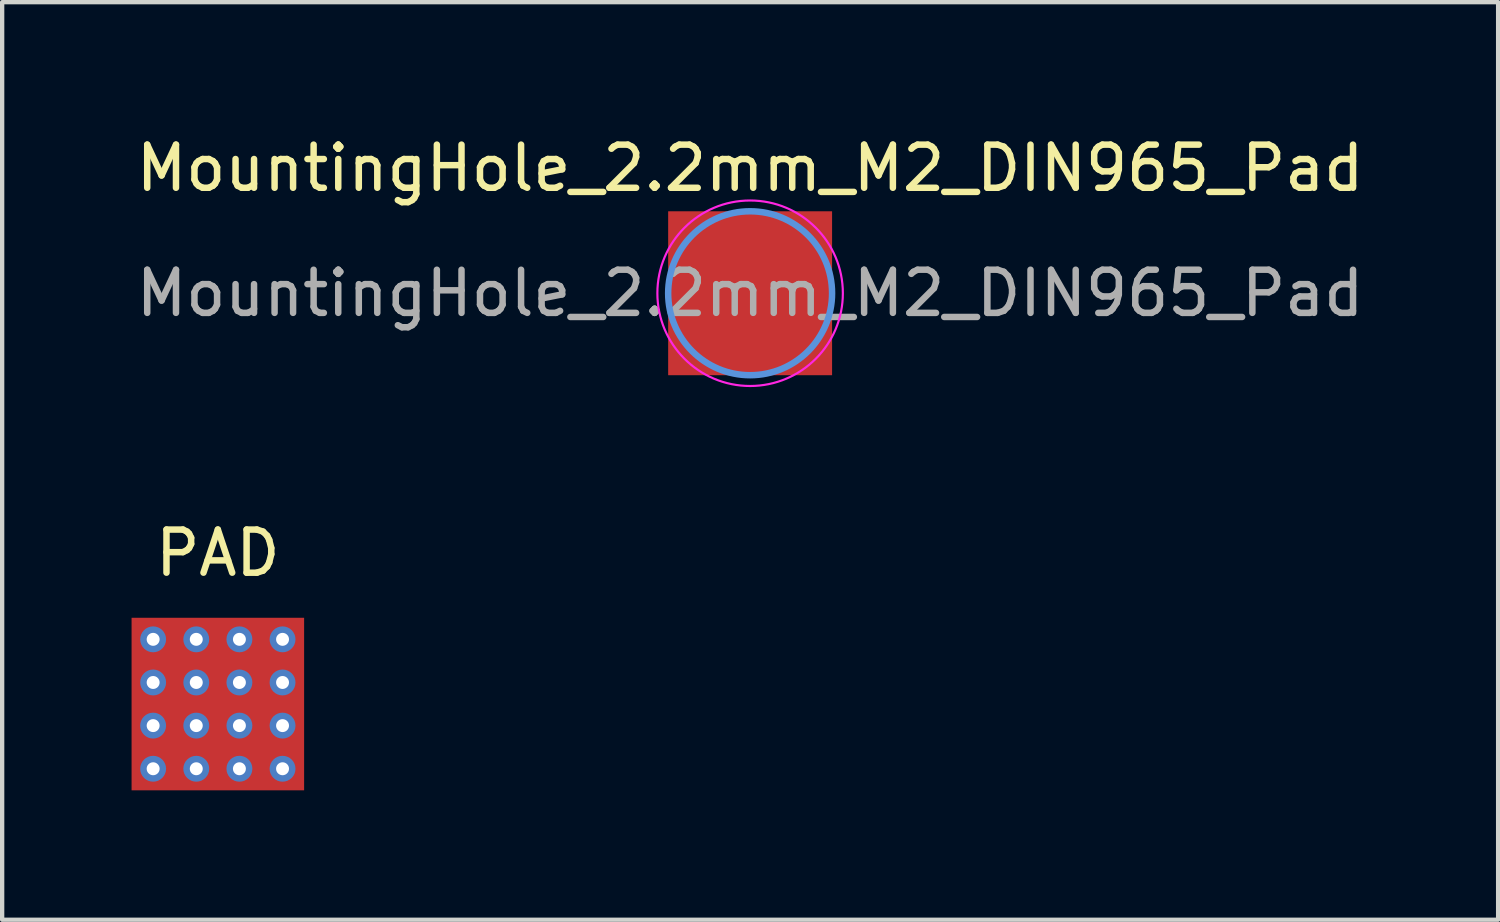
<source format=kicad_pcb>
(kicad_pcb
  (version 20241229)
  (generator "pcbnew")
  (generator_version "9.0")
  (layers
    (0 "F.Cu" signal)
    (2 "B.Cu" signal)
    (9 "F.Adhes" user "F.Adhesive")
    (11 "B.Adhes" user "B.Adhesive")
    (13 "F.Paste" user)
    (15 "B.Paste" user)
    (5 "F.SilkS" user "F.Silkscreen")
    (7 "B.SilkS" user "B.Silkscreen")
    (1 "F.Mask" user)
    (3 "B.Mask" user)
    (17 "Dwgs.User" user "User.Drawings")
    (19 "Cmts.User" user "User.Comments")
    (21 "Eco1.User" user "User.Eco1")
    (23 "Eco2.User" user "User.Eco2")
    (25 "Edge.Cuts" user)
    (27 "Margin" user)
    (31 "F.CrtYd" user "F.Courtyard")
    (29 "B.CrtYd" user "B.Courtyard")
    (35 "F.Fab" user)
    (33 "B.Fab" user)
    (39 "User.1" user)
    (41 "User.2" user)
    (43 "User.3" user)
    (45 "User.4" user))
  (footprint "MountingHole_2.2mm_M2_DIN965_Pad"
    (layer "F.Cu")
    (at 14.339 3.748)
    (property "Reference" "MountingHole_2.2mm_M2_DIN965_Pad" (at 0 -2.9 0) (layer "F.SilkS") (effects (font (size 1 1) (thickness 0.15))))
    (attr exclude_from_pos_files exclude_from_bom)
    (fp_circle (center 0 0) (end 1.9 0) (stroke (width 0.15) (type solid)) (fill no) (layer "Cmts.User"))
    (fp_circle (center 0 0) (end 2.15 0) (stroke (width 0.05) (type solid)) (fill no) (layer "F.CrtYd"))
    (fp_text user "${REFERENCE}" (at 0 0 0) (layer "F.Fab") (effects (font (size 1 1) (thickness 0.15))))
    (pad "1" smd rect (at 0 0) (size 3.8 3.8) (layers "F.Cu" "F.Mask" "F.Paste")))
  (footprint "PAD"
    (layer "F.Cu")
    (at 2 10.271)
    (property "Reference" "PAD" (at 0 -0.5 0) (unlocked yes) (layer "F.SilkS") (effects (font (size 1 1) (thickness 0.15))))
    (attr smd)
    (pad "1" thru_hole circle (at -1.5 1.5) (size 0.6 0.6) (drill 0.3) (layers "*.Cu" "*.Mask"))
    (pad "1" thru_hole circle (at -1.5 2.5) (size 0.6 0.6) (drill 0.3) (layers "*.Cu" "*.Mask"))
    (pad "1" thru_hole circle (at -1.5 3.5) (size 0.6 0.6) (drill 0.3) (layers "*.Cu" "*.Mask"))
    (pad "1" thru_hole circle (at -1.5 4.5) (size 0.6 0.6) (drill 0.3) (layers "*.Cu" "*.Mask"))
    (pad "1" thru_hole circle (at -0.5 1.5) (size 0.6 0.6) (drill 0.3) (layers "*.Cu" "*.Mask"))
    (pad "1" thru_hole circle (at -0.5 2.5) (size 0.6 0.6) (drill 0.3) (layers "*.Cu" "*.Mask"))
    (pad "1" thru_hole circle (at -0.5 3.5) (size 0.6 0.6) (drill 0.3) (layers "*.Cu" "*.Mask"))
    (pad "1" thru_hole circle (at -0.5 4.5) (size 0.6 0.6) (drill 0.3) (layers "*.Cu" "*.Mask"))
    (pad "1" smd rect (at 0 3) (size 4 4) (layers "F.Cu" "F.Mask"))
    (pad "1" thru_hole circle (at 0.5 1.5) (size 0.6 0.6) (drill 0.3) (layers "*.Cu" "*.Mask"))
    (pad "1" thru_hole circle (at 0.5 2.5) (size 0.6 0.6) (drill 0.3) (layers "*.Cu" "*.Mask"))
    (pad "1" thru_hole circle (at 0.5 3.5) (size 0.6 0.6) (drill 0.3) (layers "*.Cu" "*.Mask"))
    (pad "1" thru_hole circle (at 0.5 4.5) (size 0.6 0.6) (drill 0.3) (layers "*.Cu" "*.Mask"))
    (pad "1" thru_hole circle (at 1.5 1.5) (size 0.6 0.6) (drill 0.3) (layers "*.Cu" "*.Mask"))
    (pad "1" thru_hole circle (at 1.5 2.5) (size 0.6 0.6) (drill 0.3) (layers "*.Cu" "*.Mask"))
    (pad "1" thru_hole circle (at 1.5 3.5) (size 0.6 0.6) (drill 0.3) (layers "*.Cu" "*.Mask"))
    (pad "1" thru_hole circle (at 1.5 4.5) (size 0.6 0.6) (drill 0.3) (layers "*.Cu" "*.Mask")))
  (gr_rect
    (start -3 -3)
    (end 31.679 18.271)
    (stroke (width 0.1) (type default))
    (fill no)
    (layer "Edge.Cuts")))
</source>
